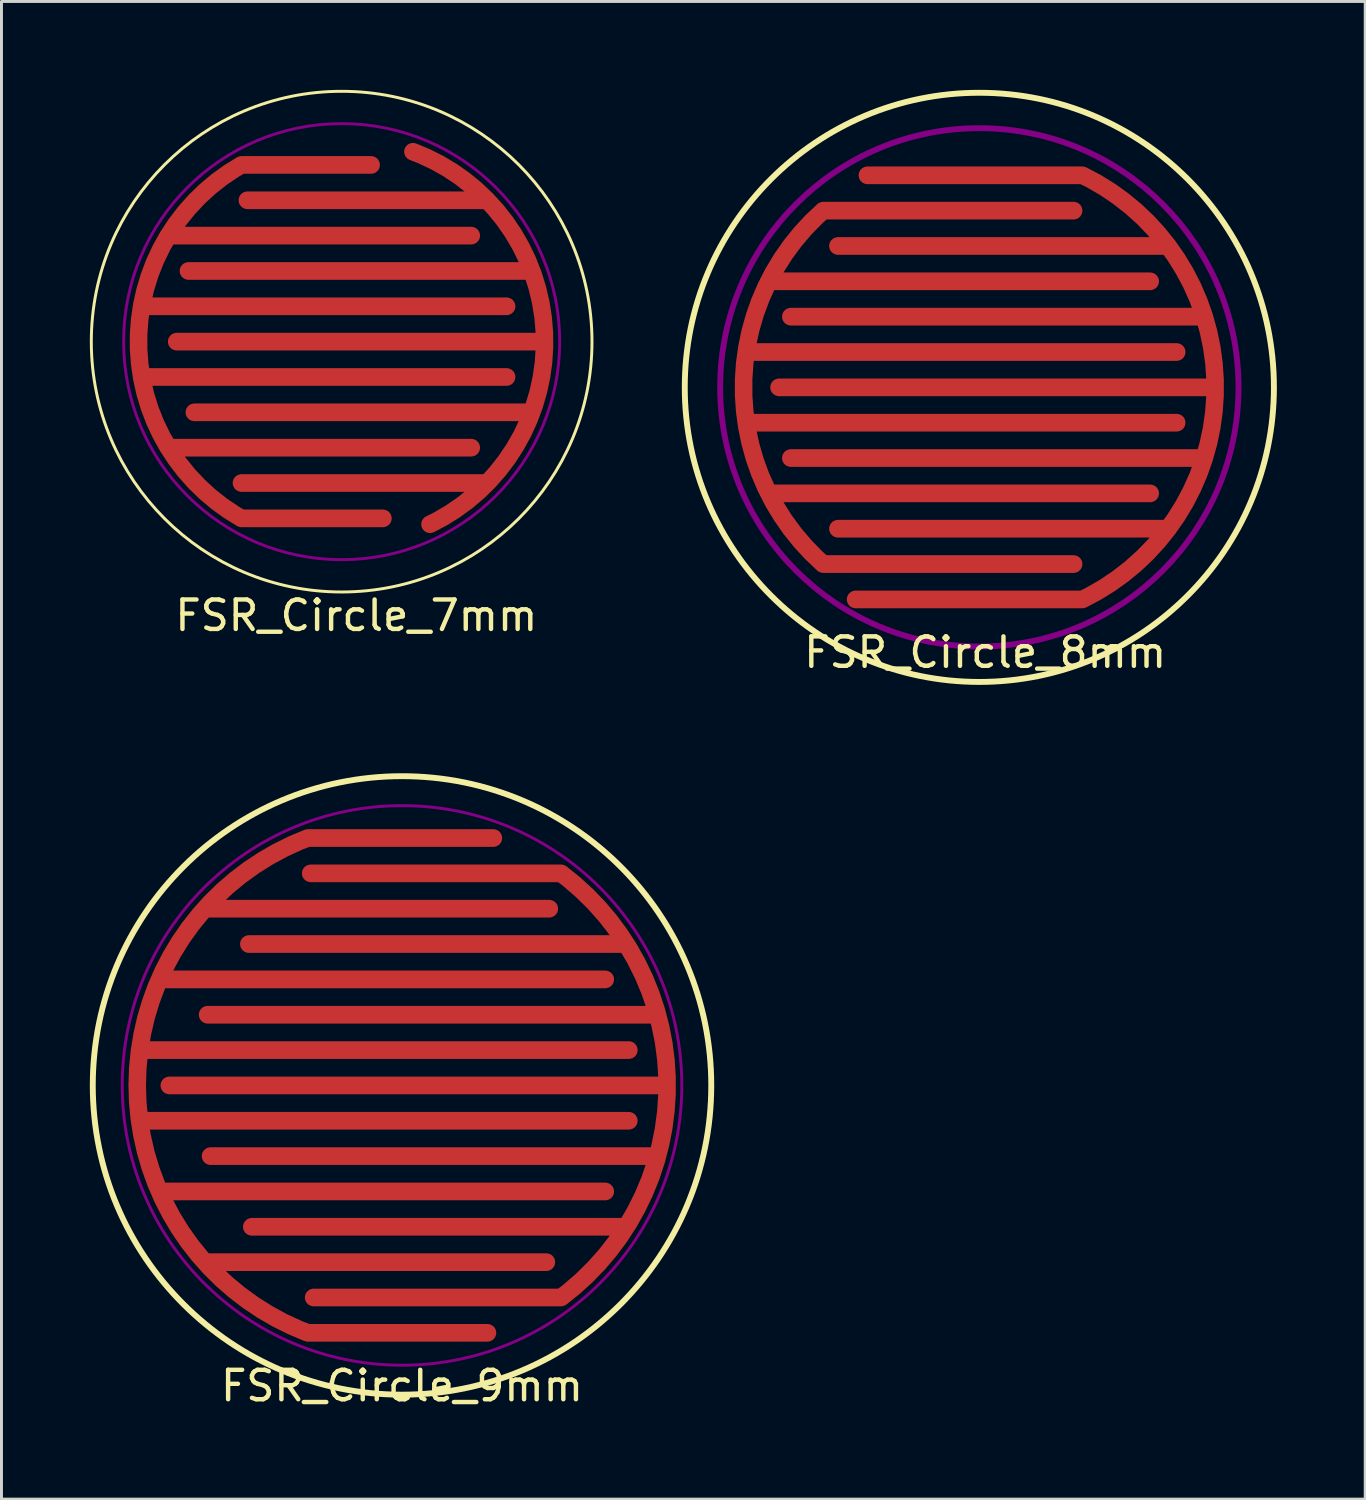
<source format=kicad_pcb>
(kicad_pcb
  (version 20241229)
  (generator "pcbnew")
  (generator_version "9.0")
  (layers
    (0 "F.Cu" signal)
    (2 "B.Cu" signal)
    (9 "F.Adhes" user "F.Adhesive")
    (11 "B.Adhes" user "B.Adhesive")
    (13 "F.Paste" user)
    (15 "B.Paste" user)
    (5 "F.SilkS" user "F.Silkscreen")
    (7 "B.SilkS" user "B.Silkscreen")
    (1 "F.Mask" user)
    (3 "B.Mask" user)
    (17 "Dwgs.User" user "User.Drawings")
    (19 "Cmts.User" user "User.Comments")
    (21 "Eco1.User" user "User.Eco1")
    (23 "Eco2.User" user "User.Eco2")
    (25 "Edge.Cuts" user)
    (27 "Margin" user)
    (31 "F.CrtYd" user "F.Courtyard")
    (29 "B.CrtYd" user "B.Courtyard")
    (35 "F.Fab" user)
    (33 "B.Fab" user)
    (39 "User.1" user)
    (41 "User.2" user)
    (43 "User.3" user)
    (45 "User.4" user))
  (footprint "FSR_Circle_8mm"
    (layer "F.Cu")
    (at 30.202 10.102)
    (property "Reference" "FSR_Circle_8mm" (at 0.2 9 180) (layer "F.SilkS") (effects (font (size 1 1) (thickness 0.15))))
    (attr through_hole)
    (fp_circle (center 0 0) (end 3.3 0.2) (stroke (width 9) (type solid)) (fill no) (layer "F.Mask"))
    (fp_circle (center 0 0) (end 10 0.2) (stroke (width 0.2) (type solid)) (fill no) (layer "F.SilkS"))
    (fp_circle (center 0 0) (end 8.8 0) (stroke (width 0.2) (type solid)) (fill no) (layer "F.Adhes"))
    (pad "1" smd custom (at -8 0) (size 0.5 0.5) (layers "F.Cu" "F.Mask") (options (anchor circle)) (primitives (gr_line (start 14.7 1.2) (end 0.2 1.2) (width 0.6)) (gr_arc (start 2.690631 5.991711) (mid -0.005621 -0.006255) (end 2.7 -6) (width 0.6)) (gr_line (start 11.2 -6) (end 2.7 -6) (width 0.6)) (gr_line (start 11.2 6) (end 2.7 6) (width 0.6)) (gr_line (start 13.8 3.6) (end 1 3.6) (width 0.6)) (gr_line (start 13.8 -3.6) (end 0.9 -3.6) (width 0.6)) (gr_line (start 14.7 -1.2) (end 0.2 -1.2) (width 0.6))))
    (pad "2" smd custom (at 8 0) (size 0.5 0.5) (layers "F.Cu" "F.Mask") (options (anchor circle)) (primitives (gr_line (start -12.8 4.8) (end -1.7 4.8) (width 0.6)) (gr_line (start -11.8 -7.2) (end -4.5 -7.2) (width 0.6)) (gr_line (start -14.4 2.4) (end -0.5 2.4) (width 0.6)) (gr_arc (start -4.493693 -7.196931) (mid 0.005623 0.003507) (end -4.5 7.2) (width 0.6)) (gr_line (start -14.4 -2.4) (end -0.4 -2.4) (width 0.6)) (gr_line (start -12.2 7.2) (end -4.5 7.2) (width 0.6)) (gr_line (start -12.8 -4.8) (end -1.7 -4.8) (width 0.6)) (gr_line (start -14.8 0) (end -0.1 0) (width 0.6)))))
  (footprint "FSR_Circle_9mm"
    (layer "F.Cu")
    (at 10.6 33.804)
    (property "Reference" "FSR_Circle_9mm" (at 0 10.2 180) (layer "F.SilkS") (effects (font (size 1 1) (thickness 0.15))))
    (attr through_hole)
    (fp_circle (center 0 0) (end 4.1 0.2) (stroke (width 9.2) (type solid)) (fill no) (layer "F.Mask"))
    (fp_circle (center 0 0) (end 10.5 0) (stroke (width 0.2) (type solid)) (fill no) (layer "F.SilkS"))
    (fp_circle (center 0 0) (end 9.5 0) (stroke (width 0.1) (type solid)) (fill no) (layer "F.Adhes"))
    (pad "1" smd custom (at -9 0) (size 0.5 0.5) (layers "F.Cu" "F.Mask") (options (anchor circle)) (primitives (gr_line (start 5.8 -8.4) (end 12.1 -8.4) (width 0.6)) (gr_line (start 5.8 8.4) (end 11.9 8.4) (width 0.6)) (gr_line (start 16.7 1.2) (end 0.2 1.2) (width 0.6)) (gr_line (start 15.9 3.6) (end 0.9 3.6) (width 0.6)) (gr_line (start 16.7 -1.2) (end 0.2 -1.2) (width 0.6)) (gr_arc (start 5.772003 8.389281) (mid 0.01113 -0.014989) (end 5.8 -8.4) (width 0.6)) (gr_line (start 14 -6) (end 2.4 -6) (width 0.6)) (gr_line (start 13.9 6) (end 2.4 6) (width 0.6)) (gr_line (start 15.9 -3.6) (end 0.9 -3.6) (width 0.6))))
    (pad "2" smd custom (at 9 0) (size 0.5 0.5) (layers "F.Cu" "F.Mask") (options (anchor circle)) (primitives (gr_line (start -12 7.2) (end -3.6 7.2) (width 0.6)) (gr_arc (start -3.592437 -7.194322) (mid -0.000001 0.004729) (end -3.6 7.2) (width 0.6)) (gr_line (start -15.6 -2.4) (end -0.4 -2.4) (width 0.6)) (gr_line (start -14.2 -4.8) (end -1.5 -4.8) (width 0.6)) (gr_line (start -16.9 0) (end -0.1 0) (width 0.6)) (gr_line (start -14.1 4.8) (end -1.5 4.8) (width 0.6)) (gr_line (start -12.1 -7.2) (end -3.6 -7.2) (width 0.6)) (gr_line (start -15.5 2.4) (end -0.5 2.4) (width 0.6)))))
  (footprint "FSR_Circle_7mm"
    (layer "F.Cu")
    (at 8.55 8.55)
    (property "Reference" "FSR_Circle_7mm" (at 0.5 9.3 180) (layer "F.SilkS") (effects (font (size 1 1) (thickness 0.15))))
    (attr through_hole)
    (fp_circle (center 0 0) (end 3.2 -0.1) (stroke (width 7) (type solid)) (fill no) (layer "F.Mask"))
    (fp_circle (center 0 0) (end 8.5 0) (stroke (width 0.1) (type solid)) (fill no) (layer "F.SilkS"))
    (fp_circle (center 0 0) (end 7.403 0) (stroke (width 0.1) (type solid)) (fill no) (layer "F.Adhes"))
    (pad "1" smd custom (at -6.7 1.2) (size 0.5 0.5) (layers "F.Cu" "F.Mask") (options (anchor circle)) (primitives (gr_line (start 12.3 -2.4) (end 0.1 -2.4) (width 0.6)) (gr_line (start 7.7 -7.2) (end 3.3 -7.2) (width 0.6)) (gr_line (start 12.3 0) (end 0.1 0) (width 0.6)) (gr_line (start 11.1 -4.8) (end 0.9 -4.8) (width 0.6)) (gr_line (start 8.1 4.8) (end 3.3 4.8) (width 0.6)) (gr_line (start 11.1 2.4) (end 0.9 2.4) (width 0.6)) (gr_arc (start 3.297651 4.798668) (mid -0.196375 -1.20135) (end 3.3 -7.2) (width 0.6))))
    (pad "2" smd custom (at 6.8 0) (size 0.5 0.5) (layers "F.Cu" "F.Mask") (options (anchor circle)) (primitives (gr_line (start -10.2 4.8) (end -2 4.8) (width 0.6)) (gr_line (start -11.8 2.4) (end -0.4 2.4) (width 0.6)) (gr_arc (start -4.378993 -6.448157) (mid 0.080465 -0.314966) (end -3.8 6.2) (width 0.6)) (gr_line (start -12 -2.4) (end -0.4 -2.4) (width 0.6)) (gr_line (start -12.4 0) (end -0.2 0) (width 0.6)) (gr_line (start -10 -4.8) (end -2 -4.8) (width 0.6)))))
  (gr_rect
    (start -3 -3)
    (end 43.304 47.852)
    (stroke (width 0.1) (type default))
    (fill no)
    (layer "Edge.Cuts")))
</source>
